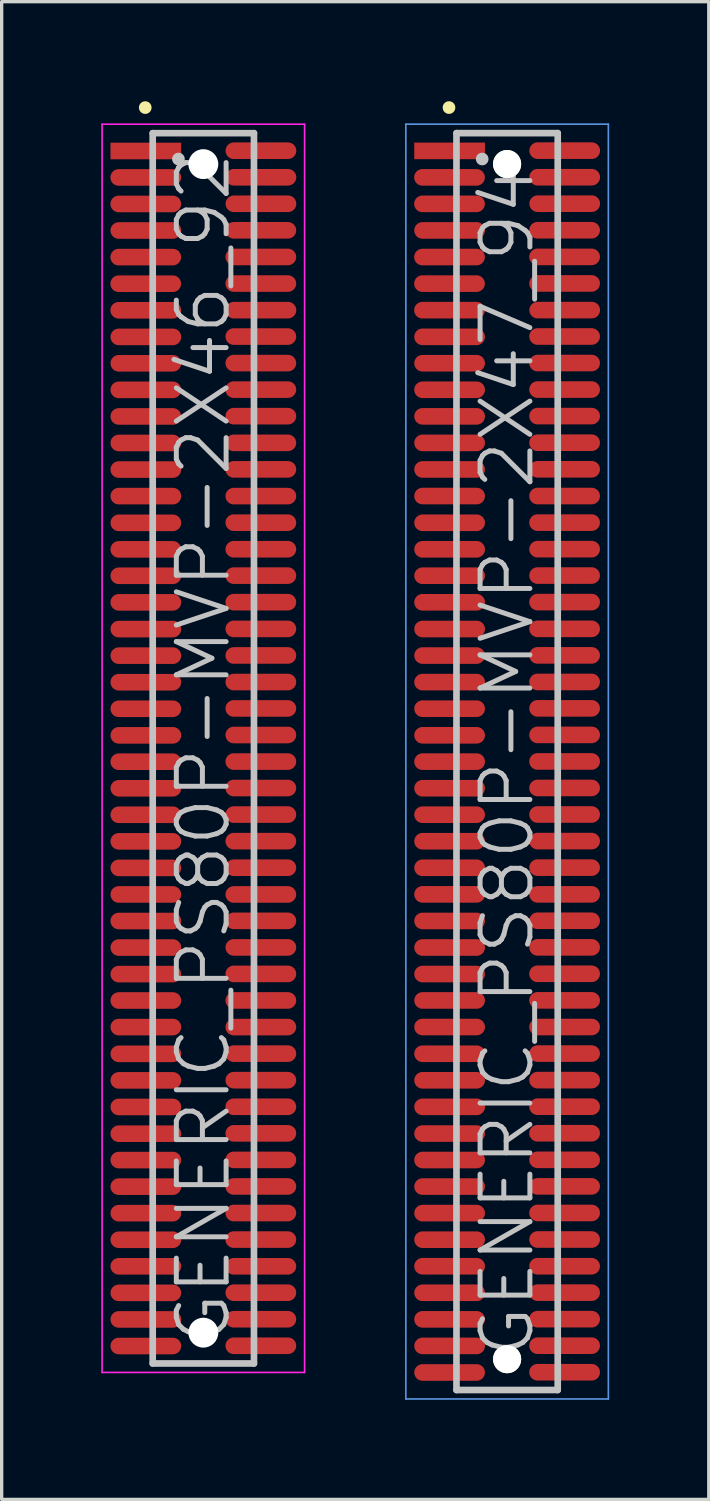
<source format=kicad_pcb>
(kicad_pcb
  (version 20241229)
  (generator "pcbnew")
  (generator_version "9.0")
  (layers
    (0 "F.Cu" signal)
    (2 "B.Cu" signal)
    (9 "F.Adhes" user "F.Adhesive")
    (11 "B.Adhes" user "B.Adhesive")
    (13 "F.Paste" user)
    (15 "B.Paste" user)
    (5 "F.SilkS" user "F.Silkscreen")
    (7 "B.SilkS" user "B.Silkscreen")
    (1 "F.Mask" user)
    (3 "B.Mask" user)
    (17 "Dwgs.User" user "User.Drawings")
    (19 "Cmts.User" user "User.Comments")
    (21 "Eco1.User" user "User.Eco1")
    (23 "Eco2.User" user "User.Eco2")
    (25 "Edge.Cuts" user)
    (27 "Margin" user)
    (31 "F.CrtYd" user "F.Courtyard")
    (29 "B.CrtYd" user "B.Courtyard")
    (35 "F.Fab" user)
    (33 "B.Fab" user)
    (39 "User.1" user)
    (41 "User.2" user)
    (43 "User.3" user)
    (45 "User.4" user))
  (footprint "GENERIC_PS80P-MVP-2X47_94"
    (layer "F.Cu")
    (at 12.225 19.89)
    (property "Reference" "GENERIC_PS80P-MVP-2X47_94" (at 0 0 90) (layer "Dwgs.User") (effects (font (size 1.5 1.5) (thickness 0.15))))
    (attr smd)
    (fp_line (start -1.75 -19.7) (end -1.75 -19.7) (stroke (width 0.381) (type solid)) (layer "F.SilkS"))
    (fp_line (start -1.525 -18.93) (end -1.525 18.93) (stroke (width 0.2) (type solid)) (layer "Dwgs.User"))
    (fp_line (start -1.525 -18.93) (end 1.525 -18.93) (stroke (width 0.2) (type solid)) (layer "Dwgs.User"))
    (fp_line (start -1.525 18.93) (end 1.525 18.93) (stroke (width 0.2) (type solid)) (layer "Dwgs.User"))
    (fp_line (start -0.75 -18.15) (end -0.75 -18.15) (stroke (width 0.381) (type solid)) (layer "Dwgs.User"))
    (fp_line (start 1.525 -18.93) (end 1.525 18.93) (stroke (width 0.2) (type solid)) (layer "Dwgs.User"))
    (fp_line (start -3.05 -19.2) (end -3.05 19.2) (stroke (width 0.05) (type solid)) (layer "Cmts.User"))
    (fp_line (start -3.05 -19.2) (end 3.05 -19.2) (stroke (width 0.05) (type solid)) (layer "Cmts.User"))
    (fp_line (start -3.05 19.2) (end 3.05 19.2) (stroke (width 0.05) (type solid)) (layer "Cmts.User"))
    (fp_line (start 3.05 -19.2) (end 3.05 19.2) (stroke (width 0.05) (type solid)) (layer "Cmts.User"))
    (pad "" np_thru_hole circle (at 0 -17.998 270) (size 0.848 0.848) (drill 0.848) (layers "*.Cu" "*.Mask" "F.SilkS"))
    (pad "" np_thru_hole circle (at 0 18.001 270) (size 0.848 0.848) (drill 0.848) (layers "*.Cu" "*.Mask" "F.SilkS"))
    (pad "1" smd rect (at -1.732 -18.395 270) (size 0.5 2.13) (layers "F.Cu" "F.Mask" "F.Paste"))
    (pad "2" smd oval (at 1.735 -18.402 270) (size 0.5 2.13) (layers "F.Cu" "F.Mask" "F.Paste"))
    (pad "3" smd oval (at -1.735 -17.597 270) (size 0.5 2.13) (layers "F.Cu" "F.Mask" "F.Paste"))
    (pad "4" smd oval (at 1.735 -17.602 270) (size 0.5 2.13) (layers "F.Cu" "F.Mask" "F.Paste"))
    (pad "5" smd oval (at -1.735 -16.8 270) (size 0.5 2.13) (layers "F.Cu" "F.Mask" "F.Paste"))
    (pad "6" smd oval (at 1.735 -16.805 270) (size 0.5 2.13) (layers "F.Cu" "F.Mask" "F.Paste"))
    (pad "7" smd oval (at -1.732 -15.999 270) (size 0.5 2.13) (layers "F.Cu" "F.Mask" "F.Paste"))
    (pad "8" smd oval (at 1.732 -16.005 270) (size 0.5 2.13) (layers "F.Cu" "F.Mask" "F.Paste"))
    (pad "9" smd oval (at -1.735 -15.197 270) (size 0.5 2.13) (layers "F.Cu" "F.Mask" "F.Paste"))
    (pad "10" smd oval (at 1.732 -15.202 270) (size 0.5 2.13) (layers "F.Cu" "F.Mask" "F.Paste"))
    (pad "11" smd oval (at -1.735 -14.397 270) (size 0.5 2.13) (layers "F.Cu" "F.Mask" "F.Paste"))
    (pad "12" smd oval (at 1.732 -14.402 270) (size 0.5 2.13) (layers "F.Cu" "F.Mask" "F.Paste"))
    (pad "13" smd oval (at -1.735 -13.597 270) (size 0.5 2.13) (layers "F.Cu" "F.Mask" "F.Paste"))
    (pad "14" smd oval (at 1.735 -13.599 270) (size 0.5 2.13) (layers "F.Cu" "F.Mask" "F.Paste"))
    (pad "15" smd oval (at -1.732 -12.794 270) (size 0.5 2.13) (layers "F.Cu" "F.Mask" "F.Paste"))
    (pad "16" smd oval (at 1.732 -12.804 270) (size 0.5 2.13) (layers "F.Cu" "F.Mask" "F.Paste"))
    (pad "17" smd oval (at -1.732 -11.999 270) (size 0.5 2.13) (layers "F.Cu" "F.Mask" "F.Paste"))
    (pad "18" smd oval (at 1.732 -12.004 270) (size 0.5 2.13) (layers "F.Cu" "F.Mask" "F.Paste"))
    (pad "19" smd oval (at -1.732 -11.199 270) (size 0.5 2.13) (layers "F.Cu" "F.Mask" "F.Paste"))
    (pad "20" smd oval (at 1.732 -11.206 270) (size 0.5 2.13) (layers "F.Cu" "F.Mask" "F.Paste"))
    (pad "21" smd oval (at -1.732 -10.399 270) (size 0.5 2.13) (layers "F.Cu" "F.Mask" "F.Paste"))
    (pad "22" smd oval (at 1.732 -10.406 270) (size 0.5 2.13) (layers "F.Cu" "F.Mask" "F.Paste"))
    (pad "23" smd oval (at -1.732 -9.599 270) (size 0.5 2.13) (layers "F.Cu" "F.Mask" "F.Paste"))
    (pad "24" smd oval (at 1.732 -9.604 270) (size 0.5 2.13) (layers "F.Cu" "F.Mask" "F.Paste"))
    (pad "25" smd oval (at -1.732 -8.799 270) (size 0.5 2.13) (layers "F.Cu" "F.Mask" "F.Paste"))
    (pad "26" smd oval (at 1.732 -8.804 270) (size 0.5 2.13) (layers "F.Cu" "F.Mask" "F.Paste"))
    (pad "27" smd oval (at -1.732 -7.998 270) (size 0.5 2.13) (layers "F.Cu" "F.Mask" "F.Paste"))
    (pad "28" smd oval (at 1.732 -7.998 270) (size 0.5 2.13) (layers "F.Cu" "F.Mask" "F.Paste"))
    (pad "29" smd oval (at -1.732 -7.193 270) (size 0.5 2.13) (layers "F.Cu" "F.Mask" "F.Paste"))
    (pad "30" smd oval (at 1.732 -7.198 270) (size 0.5 2.13) (layers "F.Cu" "F.Mask" "F.Paste"))
    (pad "31" smd oval (at -1.732 -6.393 270) (size 0.5 2.13) (layers "F.Cu" "F.Mask" "F.Paste"))
    (pad "32" smd oval (at 1.732 -6.398 270) (size 0.5 2.13) (layers "F.Cu" "F.Mask" "F.Paste"))
    (pad "33" smd oval (at -1.732 -5.598 270) (size 0.5 2.13) (layers "F.Cu" "F.Mask" "F.Paste"))
    (pad "34" smd oval (at 1.732 -5.603 270) (size 0.5 2.13) (layers "F.Cu" "F.Mask" "F.Paste"))
    (pad "35" smd oval (at -1.732 -4.798 270) (size 0.5 2.13) (layers "F.Cu" "F.Mask" "F.Paste"))
    (pad "36" smd oval (at 1.732 -4.803 270) (size 0.5 2.13) (layers "F.Cu" "F.Mask" "F.Paste"))
    (pad "37" smd oval (at -1.732 -3.993 270) (size 0.5 2.13) (layers "F.Cu" "F.Mask" "F.Paste"))
    (pad "38" smd oval (at 1.732 -3.998 270) (size 0.5 2.13) (layers "F.Cu" "F.Mask" "F.Paste"))
    (pad "39" smd oval (at -1.732 -3.193 270) (size 0.5 2.13) (layers "F.Cu" "F.Mask" "F.Paste"))
    (pad "40" smd oval (at 1.732 -3.198 270) (size 0.5 2.13) (layers "F.Cu" "F.Mask" "F.Paste"))
    (pad "41" smd oval (at -1.732 -2.393 270) (size 0.5 2.13) (layers "F.Cu" "F.Mask" "F.Paste"))
    (pad "42" smd oval (at 1.732 -2.398 270) (size 0.5 2.13) (layers "F.Cu" "F.Mask" "F.Paste"))
    (pad "43" smd oval (at -1.732 -1.593 270) (size 0.5 2.13) (layers "F.Cu" "F.Mask" "F.Paste"))
    (pad "44" smd oval (at 1.732 -1.603 270) (size 0.5 2.13) (layers "F.Cu" "F.Mask" "F.Paste"))
    (pad "45" smd oval (at -1.732 -0.792 270) (size 0.5 2.13) (layers "F.Cu" "F.Mask" "F.Paste"))
    (pad "46" smd oval (at 1.732 -0.803 270) (size 0.5 2.13) (layers "F.Cu" "F.Mask" "F.Paste"))
    (pad "47" smd oval (at -1.732 0.003 270) (size 0.5 2.13) (layers "F.Cu" "F.Mask" "F.Paste"))
    (pad "48" smd oval (at 1.732 -0.003 270) (size 0.5 2.13) (layers "F.Cu" "F.Mask" "F.Paste"))
    (pad "49" smd oval (at -1.732 0.803 270) (size 0.5 2.13) (layers "F.Cu" "F.Mask" "F.Paste"))
    (pad "50" smd oval (at 1.732 0.795 270) (size 0.5 2.13) (layers "F.Cu" "F.Mask" "F.Paste"))
    (pad "51" smd oval (at -1.732 1.6 270) (size 0.5 2.13) (layers "F.Cu" "F.Mask" "F.Paste"))
    (pad "52" smd oval (at 1.732 1.595 270) (size 0.5 2.13) (layers "F.Cu" "F.Mask" "F.Paste"))
    (pad "53" smd oval (at -1.732 2.4 270) (size 0.5 2.13) (layers "F.Cu" "F.Mask" "F.Paste"))
    (pad "54" smd oval (at 1.732 2.395 270) (size 0.5 2.13) (layers "F.Cu" "F.Mask" "F.Paste"))
    (pad "55" smd oval (at -1.732 3.2 270) (size 0.5 2.13) (layers "F.Cu" "F.Mask" "F.Paste"))
    (pad "56" smd oval (at 1.732 3.195 270) (size 0.5 2.13) (layers "F.Cu" "F.Mask" "F.Paste"))
    (pad "57" smd oval (at -1.732 4 270) (size 0.5 2.13) (layers "F.Cu" "F.Mask" "F.Paste"))
    (pad "58" smd oval (at 1.732 4 270) (size 0.5 2.13) (layers "F.Cu" "F.Mask" "F.Paste"))
    (pad "59" smd oval (at -1.732 4.801 270) (size 0.5 2.13) (layers "F.Cu" "F.Mask" "F.Paste"))
    (pad "60" smd oval (at 1.732 4.796 270) (size 0.5 2.13) (layers "F.Cu" "F.Mask" "F.Paste"))
    (pad "61" smd oval (at -1.732 5.601 270) (size 0.5 2.13) (layers "F.Cu" "F.Mask" "F.Paste"))
    (pad "62" smd oval (at 1.732 5.596 270) (size 0.5 2.13) (layers "F.Cu" "F.Mask" "F.Paste"))
    (pad "63" smd oval (at -1.732 6.401 270) (size 0.5 2.13) (layers "F.Cu" "F.Mask" "F.Paste"))
    (pad "64" smd oval (at 1.732 6.393 270) (size 0.5 2.13) (layers "F.Cu" "F.Mask" "F.Paste"))
    (pad "65" smd oval (at -1.732 7.196 270) (size 0.5 2.13) (layers "F.Cu" "F.Mask" "F.Paste"))
    (pad "66" smd oval (at 1.732 7.193 270) (size 0.5 2.13) (layers "F.Cu" "F.Mask" "F.Paste"))
    (pad "67" smd oval (at -1.732 7.996 270) (size 0.5 2.13) (layers "F.Cu" "F.Mask" "F.Paste"))
    (pad "68" smd oval (at 1.732 7.996 270) (size 0.5 2.13) (layers "F.Cu" "F.Mask" "F.Paste"))
    (pad "69" smd oval (at -1.732 8.801 270) (size 0.5 2.13) (layers "F.Cu" "F.Mask" "F.Paste"))
    (pad "70" smd oval (at 1.732 8.796 270) (size 0.5 2.13) (layers "F.Cu" "F.Mask" "F.Paste"))
    (pad "71" smd oval (at -1.732 9.601 270) (size 0.5 2.13) (layers "F.Cu" "F.Mask" "F.Paste"))
    (pad "72" smd oval (at 1.732 9.596 270) (size 0.5 2.13) (layers "F.Cu" "F.Mask" "F.Paste"))
    (pad "73" smd oval (at -1.732 10.401 270) (size 0.5 2.13) (layers "F.Cu" "F.Mask" "F.Paste"))
    (pad "74" smd oval (at 1.732 10.396 270) (size 0.5 2.13) (layers "F.Cu" "F.Mask" "F.Paste"))
    (pad "75" smd oval (at -1.732 11.206 270) (size 0.5 2.13) (layers "F.Cu" "F.Mask" "F.Paste"))
    (pad "76" smd oval (at 1.732 11.196 270) (size 0.5 2.13) (layers "F.Cu" "F.Mask" "F.Paste"))
    (pad "77" smd oval (at -1.732 12.002 270) (size 0.5 2.13) (layers "F.Cu" "F.Mask" "F.Paste"))
    (pad "78" smd oval (at 1.732 11.996 270) (size 0.5 2.13) (layers "F.Cu" "F.Mask" "F.Paste"))
    (pad "79" smd oval (at -1.732 12.802 270) (size 0.5 2.13) (layers "F.Cu" "F.Mask" "F.Paste"))
    (pad "80" smd oval (at 1.732 12.797 270) (size 0.5 2.13) (layers "F.Cu" "F.Mask" "F.Paste"))
    (pad "81" smd oval (at -1.732 13.602 270) (size 0.5 2.13) (layers "F.Cu" "F.Mask" "F.Paste"))
    (pad "82" smd oval (at 1.732 13.597 270) (size 0.5 2.13) (layers "F.Cu" "F.Mask" "F.Paste"))
    (pad "83" smd oval (at -1.732 14.402 270) (size 0.5 2.13) (layers "F.Cu" "F.Mask" "F.Paste"))
    (pad "84" smd oval (at 1.732 14.397 270) (size 0.5 2.13) (layers "F.Cu" "F.Mask" "F.Paste"))
    (pad "85" smd oval (at -1.732 15.202 270) (size 0.5 2.13) (layers "F.Cu" "F.Mask" "F.Paste"))
    (pad "86" smd oval (at 1.732 15.202 270) (size 0.5 2.13) (layers "F.Cu" "F.Mask" "F.Paste"))
    (pad "87" smd oval (at -1.732 16.002 270) (size 0.5 2.13) (layers "F.Cu" "F.Mask" "F.Paste"))
    (pad "88" smd oval (at 1.732 15.997 270) (size 0.5 2.13) (layers "F.Cu" "F.Mask" "F.Paste"))
    (pad "89" smd oval (at -1.732 16.802 270) (size 0.5 2.13) (layers "F.Cu" "F.Mask" "F.Paste"))
    (pad "90" smd oval (at 1.732 16.797 270) (size 0.5 2.13) (layers "F.Cu" "F.Mask" "F.Paste"))
    (pad "91" smd oval (at -1.732 17.602 270) (size 0.5 2.13) (layers "F.Cu" "F.Mask" "F.Paste"))
    (pad "92" smd oval (at 1.732 17.595 270) (size 0.5 2.13) (layers "F.Cu" "F.Mask" "F.Paste"))
    (pad "93" smd oval (at -1.732 18.402 270) (size 0.5 2.13) (layers "F.Cu" "F.Mask" "F.Paste"))
    (pad "94" smd oval (at 1.732 18.395 270) (size 0.5 2.13) (layers "F.Cu" "F.Mask" "F.Paste")))
  (footprint "GENERIC_PS80P-MVP-2X46_92"
    (layer "F.Cu")
    (at 3.075 19.491)
    (property "Reference" "GENERIC_PS80P-MVP-2X46_92" (at 0 0 90) (layer "Dwgs.User") (effects (font (size 1.5 1.5) (thickness 0.15))))
    (attr smd)
    (fp_line (start -1.75 -19.3) (end -1.75 -19.3) (stroke (width 0.381) (type solid)) (layer "F.SilkS"))
    (fp_line (start -1.525 -18.53) (end -1.525 18.53) (stroke (width 0.2) (type solid)) (layer "Dwgs.User"))
    (fp_line (start -1.525 -18.53) (end 1.525 -18.53) (stroke (width 0.2) (type solid)) (layer "Dwgs.User"))
    (fp_line (start -1.525 18.53) (end 1.525 18.53) (stroke (width 0.2) (type solid)) (layer "Dwgs.User"))
    (fp_line (start -0.75 -17.75) (end -0.75 -17.75) (stroke (width 0.381) (type solid)) (layer "Dwgs.User"))
    (fp_line (start 1.525 -18.53) (end 1.525 18.53) (stroke (width 0.2) (type solid)) (layer "Dwgs.User"))
    (fp_line (start -3.05 -18.8) (end -3.05 18.8) (stroke (width 0.05) (type solid)) (layer "F.CrtYd"))
    (fp_line (start -3.05 -18.8) (end 3.05 -18.8) (stroke (width 0.05) (type solid)) (layer "F.CrtYd"))
    (fp_line (start -3.05 18.8) (end 3.05 18.8) (stroke (width 0.05) (type solid)) (layer "F.CrtYd"))
    (fp_line (start 3.05 -18.8) (end 3.05 18.8) (stroke (width 0.05) (type solid)) (layer "F.CrtYd"))
    (pad "" np_thru_hole circle (at 0 -17.597 270) (size 0.9 0.9) (drill 0.9) (layers "*.Cu" "*.Mask"))
    (pad "" np_thru_hole circle (at 0 17.602 270) (size 0.9 0.9) (drill 0.9) (layers "*.Cu" "*.Mask"))
    (pad "1" smd rect (at -1.732 -17.993 270) (size 0.5 2.13) (layers "F.Cu" "F.Mask" "F.Paste"))
    (pad "2" smd oval (at 1.735 -18.001 270) (size 0.5 2.13) (layers "F.Cu" "F.Mask" "F.Paste"))
    (pad "3" smd oval (at -1.735 -17.196 270) (size 0.5 2.13) (layers "F.Cu" "F.Mask" "F.Paste"))
    (pad "4" smd oval (at 1.735 -17.201 270) (size 0.5 2.13) (layers "F.Cu" "F.Mask" "F.Paste"))
    (pad "5" smd oval (at -1.735 -16.398 270) (size 0.5 2.13) (layers "F.Cu" "F.Mask" "F.Paste"))
    (pad "6" smd oval (at 1.735 -16.403 270) (size 0.5 2.13) (layers "F.Cu" "F.Mask" "F.Paste"))
    (pad "7" smd oval (at -1.732 -15.598 270) (size 0.5 2.13) (layers "F.Cu" "F.Mask" "F.Paste"))
    (pad "8" smd oval (at 1.732 -15.603 270) (size 0.5 2.13) (layers "F.Cu" "F.Mask" "F.Paste"))
    (pad "9" smd oval (at -1.735 -14.796 270) (size 0.5 2.13) (layers "F.Cu" "F.Mask" "F.Paste"))
    (pad "10" smd oval (at 1.732 -14.801 270) (size 0.5 2.13) (layers "F.Cu" "F.Mask" "F.Paste"))
    (pad "11" smd oval (at -1.735 -13.995 270) (size 0.5 2.13) (layers "F.Cu" "F.Mask" "F.Paste"))
    (pad "12" smd oval (at 1.732 -14 270) (size 0.5 2.13) (layers "F.Cu" "F.Mask" "F.Paste"))
    (pad "13" smd oval (at -1.735 -13.195 270) (size 0.5 2.13) (layers "F.Cu" "F.Mask" "F.Paste"))
    (pad "14" smd oval (at 1.735 -13.198 270) (size 0.5 2.13) (layers "F.Cu" "F.Mask" "F.Paste"))
    (pad "15" smd oval (at -1.732 -12.393 270) (size 0.5 2.13) (layers "F.Cu" "F.Mask" "F.Paste"))
    (pad "16" smd oval (at 1.732 -12.403 270) (size 0.5 2.13) (layers "F.Cu" "F.Mask" "F.Paste"))
    (pad "17" smd oval (at -1.732 -11.598 270) (size 0.5 2.13) (layers "F.Cu" "F.Mask" "F.Paste"))
    (pad "18" smd oval (at 1.732 -11.603 270) (size 0.5 2.13) (layers "F.Cu" "F.Mask" "F.Paste"))
    (pad "19" smd oval (at -1.732 -10.798 270) (size 0.5 2.13) (layers "F.Cu" "F.Mask" "F.Paste"))
    (pad "20" smd oval (at 1.732 -10.805 270) (size 0.5 2.13) (layers "F.Cu" "F.Mask" "F.Paste"))
    (pad "21" smd oval (at -1.732 -9.997 270) (size 0.5 2.13) (layers "F.Cu" "F.Mask" "F.Paste"))
    (pad "22" smd oval (at 1.732 -10.005 270) (size 0.5 2.13) (layers "F.Cu" "F.Mask" "F.Paste"))
    (pad "23" smd oval (at -1.732 -9.197 270) (size 0.5 2.13) (layers "F.Cu" "F.Mask" "F.Paste"))
    (pad "24" smd oval (at 1.732 -9.202 270) (size 0.5 2.13) (layers "F.Cu" "F.Mask" "F.Paste"))
    (pad "25" smd oval (at -1.732 -8.397 270) (size 0.5 2.13) (layers "F.Cu" "F.Mask" "F.Paste"))
    (pad "26" smd oval (at 1.732 -8.402 270) (size 0.5 2.13) (layers "F.Cu" "F.Mask" "F.Paste"))
    (pad "27" smd oval (at -1.732 -7.597 270) (size 0.5 2.13) (layers "F.Cu" "F.Mask" "F.Paste"))
    (pad "28" smd oval (at 1.732 -7.597 270) (size 0.5 2.13) (layers "F.Cu" "F.Mask" "F.Paste"))
    (pad "29" smd oval (at -1.732 -6.792 270) (size 0.5 2.13) (layers "F.Cu" "F.Mask" "F.Paste"))
    (pad "30" smd oval (at 1.732 -6.797 270) (size 0.5 2.13) (layers "F.Cu" "F.Mask" "F.Paste"))
    (pad "31" smd oval (at -1.732 -5.992 270) (size 0.5 2.13) (layers "F.Cu" "F.Mask" "F.Paste"))
    (pad "32" smd oval (at 1.732 -5.997 270) (size 0.5 2.13) (layers "F.Cu" "F.Mask" "F.Paste"))
    (pad "33" smd oval (at -1.732 -5.197 270) (size 0.5 2.13) (layers "F.Cu" "F.Mask" "F.Paste"))
    (pad "34" smd oval (at 1.732 -5.202 270) (size 0.5 2.13) (layers "F.Cu" "F.Mask" "F.Paste"))
    (pad "35" smd oval (at -1.732 -4.397 270) (size 0.5 2.13) (layers "F.Cu" "F.Mask" "F.Paste"))
    (pad "36" smd oval (at 1.732 -4.402 270) (size 0.5 2.13) (layers "F.Cu" "F.Mask" "F.Paste"))
    (pad "37" smd oval (at -1.732 -3.592 270) (size 0.5 2.13) (layers "F.Cu" "F.Mask" "F.Paste"))
    (pad "38" smd oval (at 1.732 -3.597 270) (size 0.5 2.13) (layers "F.Cu" "F.Mask" "F.Paste"))
    (pad "39" smd oval (at -1.732 -2.791 270) (size 0.5 2.13) (layers "F.Cu" "F.Mask" "F.Paste"))
    (pad "40" smd oval (at 1.732 -2.797 270) (size 0.5 2.13) (layers "F.Cu" "F.Mask" "F.Paste"))
    (pad "41" smd oval (at -1.732 -1.991 270) (size 0.5 2.13) (layers "F.Cu" "F.Mask" "F.Paste"))
    (pad "42" smd oval (at 1.732 -1.996 270) (size 0.5 2.13) (layers "F.Cu" "F.Mask" "F.Paste"))
    (pad "43" smd oval (at -1.732 -1.191 270) (size 0.5 2.13) (layers "F.Cu" "F.Mask" "F.Paste"))
    (pad "44" smd oval (at 1.732 -1.201 270) (size 0.5 2.13) (layers "F.Cu" "F.Mask" "F.Paste"))
    (pad "45" smd oval (at -1.732 -0.391 270) (size 0.5 2.13) (layers "F.Cu" "F.Mask" "F.Paste"))
    (pad "46" smd oval (at 1.732 -0.401 270) (size 0.5 2.13) (layers "F.Cu" "F.Mask" "F.Paste"))
    (pad "47" smd oval (at -1.732 0.404 270) (size 0.5 2.13) (layers "F.Cu" "F.Mask" "F.Paste"))
    (pad "48" smd oval (at 1.732 0.399 270) (size 0.5 2.13) (layers "F.Cu" "F.Mask" "F.Paste"))
    (pad "49" smd oval (at -1.732 1.204 270) (size 0.5 2.13) (layers "F.Cu" "F.Mask" "F.Paste"))
    (pad "50" smd oval (at 1.732 1.196 270) (size 0.5 2.13) (layers "F.Cu" "F.Mask" "F.Paste"))
    (pad "51" smd oval (at -1.732 2.002 270) (size 0.5 2.13) (layers "F.Cu" "F.Mask" "F.Paste"))
    (pad "52" smd oval (at 1.732 1.996 270) (size 0.5 2.13) (layers "F.Cu" "F.Mask" "F.Paste"))
    (pad "53" smd oval (at -1.732 2.802 270) (size 0.5 2.13) (layers "F.Cu" "F.Mask" "F.Paste"))
    (pad "54" smd oval (at 1.732 2.797 270) (size 0.5 2.13) (layers "F.Cu" "F.Mask" "F.Paste"))
    (pad "55" smd oval (at -1.732 3.602 270) (size 0.5 2.13) (layers "F.Cu" "F.Mask" "F.Paste"))
    (pad "56" smd oval (at 1.732 3.597 270) (size 0.5 2.13) (layers "F.Cu" "F.Mask" "F.Paste"))
    (pad "57" smd oval (at -1.732 4.402 270) (size 0.5 2.13) (layers "F.Cu" "F.Mask" "F.Paste"))
    (pad "58" smd oval (at 1.732 4.402 270) (size 0.5 2.13) (layers "F.Cu" "F.Mask" "F.Paste"))
    (pad "59" smd oval (at -1.732 5.202 270) (size 0.5 2.13) (layers "F.Cu" "F.Mask" "F.Paste"))
    (pad "60" smd oval (at 1.732 5.197 270) (size 0.5 2.13) (layers "F.Cu" "F.Mask" "F.Paste"))
    (pad "61" smd oval (at -1.732 6.002 270) (size 0.5 2.13) (layers "F.Cu" "F.Mask" "F.Paste"))
    (pad "62" smd oval (at 1.732 5.997 270) (size 0.5 2.13) (layers "F.Cu" "F.Mask" "F.Paste"))
    (pad "63" smd oval (at -1.732 6.802 270) (size 0.5 2.13) (layers "F.Cu" "F.Mask" "F.Paste"))
    (pad "64" smd oval (at 1.732 6.795 270) (size 0.5 2.13) (layers "F.Cu" "F.Mask" "F.Paste"))
    (pad "65" smd oval (at -1.732 7.597 270) (size 0.5 2.13) (layers "F.Cu" "F.Mask" "F.Paste"))
    (pad "66" smd oval (at 1.732 7.595 270) (size 0.5 2.13) (layers "F.Cu" "F.Mask" "F.Paste"))
    (pad "67" smd oval (at -1.732 8.397 270) (size 0.5 2.13) (layers "F.Cu" "F.Mask" "F.Paste"))
    (pad "68" smd oval (at 1.732 8.397 270) (size 0.5 2.13) (layers "F.Cu" "F.Mask" "F.Paste"))
    (pad "69" smd oval (at -1.732 9.202 270) (size 0.5 2.13) (layers "F.Cu" "F.Mask" "F.Paste"))
    (pad "70" smd oval (at 1.732 9.197 270) (size 0.5 2.13) (layers "F.Cu" "F.Mask" "F.Paste"))
    (pad "71" smd oval (at -1.732 10.003 270) (size 0.5 2.13) (layers "F.Cu" "F.Mask" "F.Paste"))
    (pad "72" smd oval (at 1.732 9.997 270) (size 0.5 2.13) (layers "F.Cu" "F.Mask" "F.Paste"))
    (pad "73" smd oval (at -1.732 10.803 270) (size 0.5 2.13) (layers "F.Cu" "F.Mask" "F.Paste"))
    (pad "74" smd oval (at 1.732 10.798 270) (size 0.5 2.13) (layers "F.Cu" "F.Mask" "F.Paste"))
    (pad "75" smd oval (at -1.732 11.608 270) (size 0.5 2.13) (layers "F.Cu" "F.Mask" "F.Paste"))
    (pad "76" smd oval (at 1.732 11.598 270) (size 0.5 2.13) (layers "F.Cu" "F.Mask" "F.Paste"))
    (pad "77" smd oval (at -1.732 12.403 270) (size 0.5 2.13) (layers "F.Cu" "F.Mask" "F.Paste"))
    (pad "78" smd oval (at 1.732 12.398 270) (size 0.5 2.13) (layers "F.Cu" "F.Mask" "F.Paste"))
    (pad "79" smd oval (at -1.732 13.203 270) (size 0.5 2.13) (layers "F.Cu" "F.Mask" "F.Paste"))
    (pad "80" smd oval (at 1.732 13.198 270) (size 0.5 2.13) (layers "F.Cu" "F.Mask" "F.Paste"))
    (pad "81" smd oval (at -1.732 14.003 270) (size 0.5 2.13) (layers "F.Cu" "F.Mask" "F.Paste"))
    (pad "82" smd oval (at 1.732 13.998 270) (size 0.5 2.13) (layers "F.Cu" "F.Mask" "F.Paste"))
    (pad "83" smd oval (at -1.732 14.803 270) (size 0.5 2.13) (layers "F.Cu" "F.Mask" "F.Paste"))
    (pad "84" smd oval (at 1.732 14.798 270) (size 0.5 2.13) (layers "F.Cu" "F.Mask" "F.Paste"))
    (pad "85" smd oval (at -1.732 15.603 270) (size 0.5 2.13) (layers "F.Cu" "F.Mask" "F.Paste"))
    (pad "86" smd oval (at 1.732 15.603 270) (size 0.5 2.13) (layers "F.Cu" "F.Mask" "F.Paste"))
    (pad "87" smd oval (at -1.732 16.403 270) (size 0.5 2.13) (layers "F.Cu" "F.Mask" "F.Paste"))
    (pad "88" smd oval (at 1.732 16.398 270) (size 0.5 2.13) (layers "F.Cu" "F.Mask" "F.Paste"))
    (pad "89" smd oval (at -1.732 17.203 270) (size 0.5 2.13) (layers "F.Cu" "F.Mask" "F.Paste"))
    (pad "90" smd oval (at 1.732 17.198 270) (size 0.5 2.13) (layers "F.Cu" "F.Mask" "F.Paste"))
    (pad "91" smd oval (at -1.732 18.004 270) (size 0.5 2.13) (layers "F.Cu" "F.Mask" "F.Paste"))
    (pad "92" smd oval (at 1.732 17.996 270) (size 0.5 2.13) (layers "F.Cu" "F.Mask" "F.Paste")))
  (gr_rect
    (start -3 -3)
    (end 18.3 42.115)
    (stroke (width 0.1) (type default))
    (fill no)
    (layer "Edge.Cuts")))
</source>
